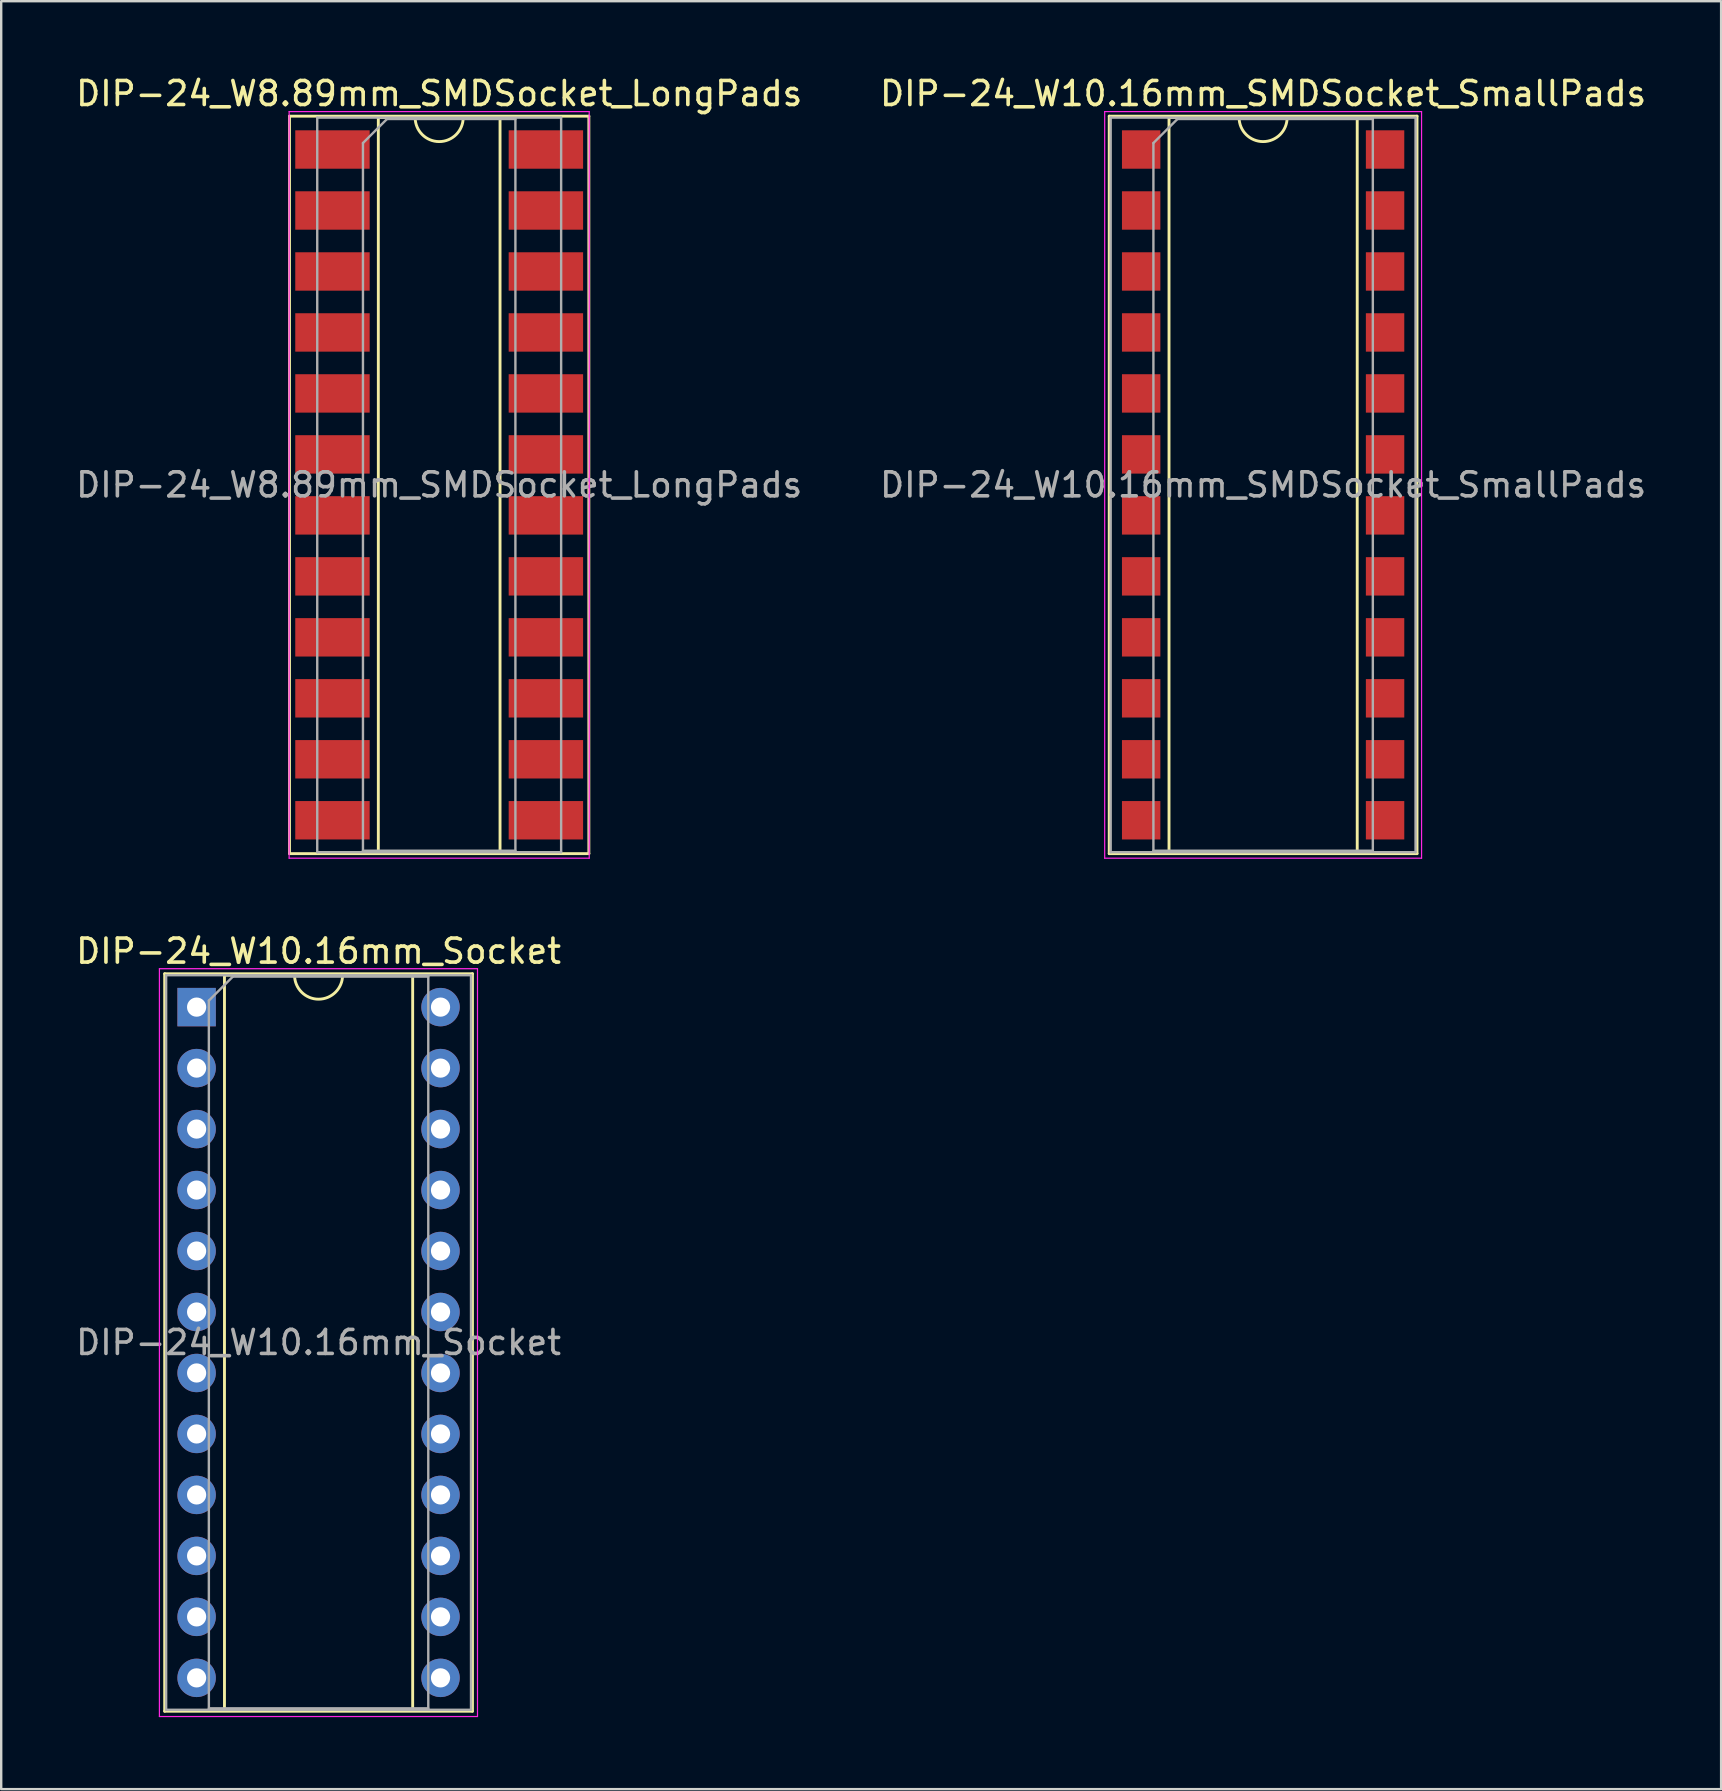
<source format=kicad_pcb>
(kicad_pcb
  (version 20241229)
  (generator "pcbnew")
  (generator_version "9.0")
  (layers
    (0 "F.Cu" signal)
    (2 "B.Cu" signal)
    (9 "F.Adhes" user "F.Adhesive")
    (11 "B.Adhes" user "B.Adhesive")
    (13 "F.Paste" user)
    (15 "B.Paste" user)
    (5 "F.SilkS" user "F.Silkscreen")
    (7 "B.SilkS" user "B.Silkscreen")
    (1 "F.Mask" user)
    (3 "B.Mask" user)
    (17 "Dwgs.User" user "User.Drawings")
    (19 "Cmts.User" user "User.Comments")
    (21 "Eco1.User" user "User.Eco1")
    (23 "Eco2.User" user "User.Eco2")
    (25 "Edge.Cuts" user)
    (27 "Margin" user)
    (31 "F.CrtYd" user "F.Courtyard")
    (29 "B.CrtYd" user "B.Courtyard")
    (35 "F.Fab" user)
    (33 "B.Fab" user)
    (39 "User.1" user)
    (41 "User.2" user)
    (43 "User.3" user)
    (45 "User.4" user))
  (footprint "DIP-24_W10.16mm_SMDSocket_SmallPads"
    (layer "F.Cu")
    (at 49.565 17.148)
    (property "Reference" "DIP-24_W10.16mm_SMDSocket_SmallPads" (at 0 -16.3 0) (layer "F.SilkS") (effects (font (size 1 1) (thickness 0.15))))
    (attr smd)
    (fp_line (start -6.41 -15.36) (end -6.41 15.36) (stroke (width 0.12) (type solid)) (layer "F.SilkS"))
    (fp_line (start -6.41 15.36) (end 6.41 15.36) (stroke (width 0.12) (type solid)) (layer "F.SilkS"))
    (fp_line (start -3.92 -15.3) (end -3.92 15.3) (stroke (width 0.12) (type solid)) (layer "F.SilkS"))
    (fp_line (start -3.92 15.3) (end 3.92 15.3) (stroke (width 0.12) (type solid)) (layer "F.SilkS"))
    (fp_line (start -1 -15.3) (end -3.92 -15.3) (stroke (width 0.12) (type solid)) (layer "F.SilkS"))
    (fp_line (start 3.92 -15.3) (end 1 -15.3) (stroke (width 0.12) (type solid)) (layer "F.SilkS"))
    (fp_line (start 3.92 15.3) (end 3.92 -15.3) (stroke (width 0.12) (type solid)) (layer "F.SilkS"))
    (fp_line (start 6.41 -15.36) (end -6.41 -15.36) (stroke (width 0.12) (type solid)) (layer "F.SilkS"))
    (fp_line (start 6.41 15.36) (end 6.41 -15.36) (stroke (width 0.12) (type solid)) (layer "F.SilkS"))
    (fp_arc (start 1 -15.3) (mid 0 -14.3) (end -1 -15.3) (stroke (width 0.12) (type solid)) (layer "F.SilkS"))
    (fp_line (start -6.6 -15.55) (end -6.6 15.55) (stroke (width 0.05) (type solid)) (layer "F.CrtYd"))
    (fp_line (start -6.6 15.55) (end 6.6 15.55) (stroke (width 0.05) (type solid)) (layer "F.CrtYd"))
    (fp_line (start 6.6 -15.55) (end -6.6 -15.55) (stroke (width 0.05) (type solid)) (layer "F.CrtYd"))
    (fp_line (start 6.6 15.55) (end 6.6 -15.55) (stroke (width 0.05) (type solid)) (layer "F.CrtYd"))
    (fp_line (start -6.35 -15.3) (end -6.35 15.3) (stroke (width 0.1) (type solid)) (layer "F.Fab"))
    (fp_line (start -6.35 15.3) (end 6.35 15.3) (stroke (width 0.1) (type solid)) (layer "F.Fab"))
    (fp_line (start -4.57 -14.24) (end -3.57 -15.24) (stroke (width 0.1) (type solid)) (layer "F.Fab"))
    (fp_line (start -4.57 15.24) (end -4.57 -14.24) (stroke (width 0.1) (type solid)) (layer "F.Fab"))
    (fp_line (start -3.57 -15.24) (end 4.57 -15.24) (stroke (width 0.1) (type solid)) (layer "F.Fab"))
    (fp_line (start 4.57 -15.24) (end 4.57 15.24) (stroke (width 0.1) (type solid)) (layer "F.Fab"))
    (fp_line (start 4.57 15.24) (end -4.57 15.24) (stroke (width 0.1) (type solid)) (layer "F.Fab"))
    (fp_line (start 6.35 -15.3) (end -6.35 -15.3) (stroke (width 0.1) (type solid)) (layer "F.Fab"))
    (fp_line (start 6.35 15.3) (end 6.35 -15.3) (stroke (width 0.1) (type solid)) (layer "F.Fab"))
    (fp_text user "${REFERENCE}" (at 0 0 0) (layer "F.Fab") (effects (font (size 1 1) (thickness 0.15))))
    (pad "1" smd rect (at -5.08 -13.97) (size 1.6 1.6) (layers "F.Cu" "F.Mask" "F.Paste"))
    (pad "2" smd rect (at -5.08 -11.43) (size 1.6 1.6) (layers "F.Cu" "F.Mask" "F.Paste"))
    (pad "3" smd rect (at -5.08 -8.89) (size 1.6 1.6) (layers "F.Cu" "F.Mask" "F.Paste"))
    (pad "4" smd rect (at -5.08 -6.35) (size 1.6 1.6) (layers "F.Cu" "F.Mask" "F.Paste"))
    (pad "5" smd rect (at -5.08 -3.81) (size 1.6 1.6) (layers "F.Cu" "F.Mask" "F.Paste"))
    (pad "6" smd rect (at -5.08 -1.27) (size 1.6 1.6) (layers "F.Cu" "F.Mask" "F.Paste"))
    (pad "7" smd rect (at -5.08 1.27) (size 1.6 1.6) (layers "F.Cu" "F.Mask" "F.Paste"))
    (pad "8" smd rect (at -5.08 3.81) (size 1.6 1.6) (layers "F.Cu" "F.Mask" "F.Paste"))
    (pad "9" smd rect (at -5.08 6.35) (size 1.6 1.6) (layers "F.Cu" "F.Mask" "F.Paste"))
    (pad "10" smd rect (at -5.08 8.89) (size 1.6 1.6) (layers "F.Cu" "F.Mask" "F.Paste"))
    (pad "11" smd rect (at -5.08 11.43) (size 1.6 1.6) (layers "F.Cu" "F.Mask" "F.Paste"))
    (pad "12" smd rect (at -5.08 13.97) (size 1.6 1.6) (layers "F.Cu" "F.Mask" "F.Paste"))
    (pad "13" smd rect (at 5.08 13.97) (size 1.6 1.6) (layers "F.Cu" "F.Mask" "F.Paste"))
    (pad "14" smd rect (at 5.08 11.43) (size 1.6 1.6) (layers "F.Cu" "F.Mask" "F.Paste"))
    (pad "15" smd rect (at 5.08 8.89) (size 1.6 1.6) (layers "F.Cu" "F.Mask" "F.Paste"))
    (pad "16" smd rect (at 5.08 6.35) (size 1.6 1.6) (layers "F.Cu" "F.Mask" "F.Paste"))
    (pad "17" smd rect (at 5.08 3.81) (size 1.6 1.6) (layers "F.Cu" "F.Mask" "F.Paste"))
    (pad "18" smd rect (at 5.08 1.27) (size 1.6 1.6) (layers "F.Cu" "F.Mask" "F.Paste"))
    (pad "19" smd rect (at 5.08 -1.27) (size 1.6 1.6) (layers "F.Cu" "F.Mask" "F.Paste"))
    (pad "20" smd rect (at 5.08 -3.81) (size 1.6 1.6) (layers "F.Cu" "F.Mask" "F.Paste"))
    (pad "21" smd rect (at 5.08 -6.35) (size 1.6 1.6) (layers "F.Cu" "F.Mask" "F.Paste"))
    (pad "22" smd rect (at 5.08 -8.89) (size 1.6 1.6) (layers "F.Cu" "F.Mask" "F.Paste"))
    (pad "23" smd rect (at 5.08 -11.43) (size 1.6 1.6) (layers "F.Cu" "F.Mask" "F.Paste"))
    (pad "24" smd rect (at 5.08 -13.97) (size 1.6 1.6) (layers "F.Cu" "F.Mask" "F.Paste")))
  (footprint "DIP-24_W8.89mm_SMDSocket_LongPads"
    (layer "F.Cu")
    (at 15.244 17.148)
    (property "Reference" "DIP-24_W8.89mm_SMDSocket_LongPads" (at 0 -16.3 0) (layer "F.SilkS") (effects (font (size 1 1) (thickness 0.15))))
    (attr smd)
    (fp_line (start -6.235 -15.36) (end -6.235 15.36) (stroke (width 0.12) (type solid)) (layer "F.SilkS"))
    (fp_line (start -6.235 15.36) (end 6.235 15.36) (stroke (width 0.12) (type solid)) (layer "F.SilkS"))
    (fp_line (start -2.535 -15.3) (end -2.535 15.3) (stroke (width 0.12) (type solid)) (layer "F.SilkS"))
    (fp_line (start -2.535 15.3) (end 2.535 15.3) (stroke (width 0.12) (type solid)) (layer "F.SilkS"))
    (fp_line (start -1 -15.3) (end -2.535 -15.3) (stroke (width 0.12) (type solid)) (layer "F.SilkS"))
    (fp_line (start 2.535 -15.3) (end 1 -15.3) (stroke (width 0.12) (type solid)) (layer "F.SilkS"))
    (fp_line (start 2.535 15.3) (end 2.535 -15.3) (stroke (width 0.12) (type solid)) (layer "F.SilkS"))
    (fp_line (start 6.235 -15.36) (end -6.235 -15.36) (stroke (width 0.12) (type solid)) (layer "F.SilkS"))
    (fp_line (start 6.235 15.36) (end 6.235 -15.36) (stroke (width 0.12) (type solid)) (layer "F.SilkS"))
    (fp_arc (start 1 -15.3) (mid 0 -14.3) (end -1 -15.3) (stroke (width 0.12) (type solid)) (layer "F.SilkS"))
    (fp_line (start -6.25 -15.55) (end -6.25 15.55) (stroke (width 0.05) (type solid)) (layer "F.CrtYd"))
    (fp_line (start -6.25 15.55) (end 6.25 15.55) (stroke (width 0.05) (type solid)) (layer "F.CrtYd"))
    (fp_line (start 6.25 -15.55) (end -6.25 -15.55) (stroke (width 0.05) (type solid)) (layer "F.CrtYd"))
    (fp_line (start 6.25 15.55) (end 6.25 -15.55) (stroke (width 0.05) (type solid)) (layer "F.CrtYd"))
    (fp_line (start -5.08 -15.3) (end -5.08 15.3) (stroke (width 0.1) (type solid)) (layer "F.Fab"))
    (fp_line (start -5.08 15.3) (end 5.08 15.3) (stroke (width 0.1) (type solid)) (layer "F.Fab"))
    (fp_line (start -3.175 -14.24) (end -2.175 -15.24) (stroke (width 0.1) (type solid)) (layer "F.Fab"))
    (fp_line (start -3.175 15.24) (end -3.175 -14.24) (stroke (width 0.1) (type solid)) (layer "F.Fab"))
    (fp_line (start -2.175 -15.24) (end 3.175 -15.24) (stroke (width 0.1) (type solid)) (layer "F.Fab"))
    (fp_line (start 3.175 -15.24) (end 3.175 15.24) (stroke (width 0.1) (type solid)) (layer "F.Fab"))
    (fp_line (start 3.175 15.24) (end -3.175 15.24) (stroke (width 0.1) (type solid)) (layer "F.Fab"))
    (fp_line (start 5.08 -15.3) (end -5.08 -15.3) (stroke (width 0.1) (type solid)) (layer "F.Fab"))
    (fp_line (start 5.08 15.3) (end 5.08 -15.3) (stroke (width 0.1) (type solid)) (layer "F.Fab"))
    (fp_text user "${REFERENCE}" (at 0 0 0) (layer "F.Fab") (effects (font (size 1 1) (thickness 0.15))))
    (pad "1" smd rect (at -4.445 -13.97) (size 3.1 1.6) (layers "F.Cu" "F.Mask" "F.Paste"))
    (pad "2" smd rect (at -4.445 -11.43) (size 3.1 1.6) (layers "F.Cu" "F.Mask" "F.Paste"))
    (pad "3" smd rect (at -4.445 -8.89) (size 3.1 1.6) (layers "F.Cu" "F.Mask" "F.Paste"))
    (pad "4" smd rect (at -4.445 -6.35) (size 3.1 1.6) (layers "F.Cu" "F.Mask" "F.Paste"))
    (pad "5" smd rect (at -4.445 -3.81) (size 3.1 1.6) (layers "F.Cu" "F.Mask" "F.Paste"))
    (pad "6" smd rect (at -4.445 -1.27) (size 3.1 1.6) (layers "F.Cu" "F.Mask" "F.Paste"))
    (pad "7" smd rect (at -4.445 1.27) (size 3.1 1.6) (layers "F.Cu" "F.Mask" "F.Paste"))
    (pad "8" smd rect (at -4.445 3.81) (size 3.1 1.6) (layers "F.Cu" "F.Mask" "F.Paste"))
    (pad "9" smd rect (at -4.445 6.35) (size 3.1 1.6) (layers "F.Cu" "F.Mask" "F.Paste"))
    (pad "10" smd rect (at -4.445 8.89) (size 3.1 1.6) (layers "F.Cu" "F.Mask" "F.Paste"))
    (pad "11" smd rect (at -4.445 11.43) (size 3.1 1.6) (layers "F.Cu" "F.Mask" "F.Paste"))
    (pad "12" smd rect (at -4.445 13.97) (size 3.1 1.6) (layers "F.Cu" "F.Mask" "F.Paste"))
    (pad "13" smd rect (at 4.445 13.97) (size 3.1 1.6) (layers "F.Cu" "F.Mask" "F.Paste"))
    (pad "14" smd rect (at 4.445 11.43) (size 3.1 1.6) (layers "F.Cu" "F.Mask" "F.Paste"))
    (pad "15" smd rect (at 4.445 8.89) (size 3.1 1.6) (layers "F.Cu" "F.Mask" "F.Paste"))
    (pad "16" smd rect (at 4.445 6.35) (size 3.1 1.6) (layers "F.Cu" "F.Mask" "F.Paste"))
    (pad "17" smd rect (at 4.445 3.81) (size 3.1 1.6) (layers "F.Cu" "F.Mask" "F.Paste"))
    (pad "18" smd rect (at 4.445 1.27) (size 3.1 1.6) (layers "F.Cu" "F.Mask" "F.Paste"))
    (pad "19" smd rect (at 4.445 -1.27) (size 3.1 1.6) (layers "F.Cu" "F.Mask" "F.Paste"))
    (pad "20" smd rect (at 4.445 -3.81) (size 3.1 1.6) (layers "F.Cu" "F.Mask" "F.Paste"))
    (pad "21" smd rect (at 4.445 -6.35) (size 3.1 1.6) (layers "F.Cu" "F.Mask" "F.Paste"))
    (pad "22" smd rect (at 4.445 -8.89) (size 3.1 1.6) (layers "F.Cu" "F.Mask" "F.Paste"))
    (pad "23" smd rect (at 4.445 -11.43) (size 3.1 1.6) (layers "F.Cu" "F.Mask" "F.Paste"))
    (pad "24" smd rect (at 4.445 -13.97) (size 3.1 1.6) (layers "F.Cu" "F.Mask" "F.Paste")))
  (footprint "DIP-24_W10.16mm_Socket"
    (layer "F.Cu")
    (at 5.14 38.901)
    (property "Reference" "DIP-24_W10.16mm_Socket" (at 5.08 -2.33 0) (layer "F.SilkS") (effects (font (size 1 1) (thickness 0.15))))
    (attr through_hole)
    (fp_line (start -1.33 -1.39) (end -1.33 29.33) (stroke (width 0.12) (type solid)) (layer "F.SilkS"))
    (fp_line (start -1.33 29.33) (end 11.49 29.33) (stroke (width 0.12) (type solid)) (layer "F.SilkS"))
    (fp_line (start 1.16 -1.33) (end 1.16 29.27) (stroke (width 0.12) (type solid)) (layer "F.SilkS"))
    (fp_line (start 1.16 29.27) (end 9 29.27) (stroke (width 0.12) (type solid)) (layer "F.SilkS"))
    (fp_line (start 4.08 -1.33) (end 1.16 -1.33) (stroke (width 0.12) (type solid)) (layer "F.SilkS"))
    (fp_line (start 9 -1.33) (end 6.08 -1.33) (stroke (width 0.12) (type solid)) (layer "F.SilkS"))
    (fp_line (start 9 29.27) (end 9 -1.33) (stroke (width 0.12) (type solid)) (layer "F.SilkS"))
    (fp_line (start 11.49 -1.39) (end -1.33 -1.39) (stroke (width 0.12) (type solid)) (layer "F.SilkS"))
    (fp_line (start 11.49 29.33) (end 11.49 -1.39) (stroke (width 0.12) (type solid)) (layer "F.SilkS"))
    (fp_arc (start 6.08 -1.33) (mid 5.08 -0.33) (end 4.08 -1.33) (stroke (width 0.12) (type solid)) (layer "F.SilkS"))
    (fp_line (start -1.55 -1.6) (end -1.55 29.55) (stroke (width 0.05) (type solid)) (layer "F.CrtYd"))
    (fp_line (start -1.55 29.55) (end 11.7 29.55) (stroke (width 0.05) (type solid)) (layer "F.CrtYd"))
    (fp_line (start 11.7 -1.6) (end -1.55 -1.6) (stroke (width 0.05) (type solid)) (layer "F.CrtYd"))
    (fp_line (start 11.7 29.55) (end 11.7 -1.6) (stroke (width 0.05) (type solid)) (layer "F.CrtYd"))
    (fp_line (start -1.27 -1.33) (end -1.27 29.27) (stroke (width 0.1) (type solid)) (layer "F.Fab"))
    (fp_line (start -1.27 29.27) (end 11.43 29.27) (stroke (width 0.1) (type solid)) (layer "F.Fab"))
    (fp_line (start 0.51 -0.27) (end 1.51 -1.27) (stroke (width 0.1) (type solid)) (layer "F.Fab"))
    (fp_line (start 0.51 29.21) (end 0.51 -0.27) (stroke (width 0.1) (type solid)) (layer "F.Fab"))
    (fp_line (start 1.51 -1.27) (end 9.65 -1.27) (stroke (width 0.1) (type solid)) (layer "F.Fab"))
    (fp_line (start 9.65 -1.27) (end 9.65 29.21) (stroke (width 0.1) (type solid)) (layer "F.Fab"))
    (fp_line (start 9.65 29.21) (end 0.51 29.21) (stroke (width 0.1) (type solid)) (layer "F.Fab"))
    (fp_line (start 11.43 -1.33) (end -1.27 -1.33) (stroke (width 0.1) (type solid)) (layer "F.Fab"))
    (fp_line (start 11.43 29.27) (end 11.43 -1.33) (stroke (width 0.1) (type solid)) (layer "F.Fab"))
    (fp_text user "${REFERENCE}" (at 5.08 13.97 0) (layer "F.Fab") (effects (font (size 1 1) (thickness 0.15))))
    (pad "1" thru_hole rect (at 0 0) (size 1.6 1.6) (drill 0.8) (layers "*.Cu" "*.Mask"))
    (pad "2" thru_hole oval (at 0 2.54) (size 1.6 1.6) (drill 0.8) (layers "*.Cu" "*.Mask"))
    (pad "3" thru_hole oval (at 0 5.08) (size 1.6 1.6) (drill 0.8) (layers "*.Cu" "*.Mask"))
    (pad "4" thru_hole oval (at 0 7.62) (size 1.6 1.6) (drill 0.8) (layers "*.Cu" "*.Mask"))
    (pad "5" thru_hole oval (at 0 10.16) (size 1.6 1.6) (drill 0.8) (layers "*.Cu" "*.Mask"))
    (pad "6" thru_hole oval (at 0 12.7) (size 1.6 1.6) (drill 0.8) (layers "*.Cu" "*.Mask"))
    (pad "7" thru_hole oval (at 0 15.24) (size 1.6 1.6) (drill 0.8) (layers "*.Cu" "*.Mask"))
    (pad "8" thru_hole oval (at 0 17.78) (size 1.6 1.6) (drill 0.8) (layers "*.Cu" "*.Mask"))
    (pad "9" thru_hole oval (at 0 20.32) (size 1.6 1.6) (drill 0.8) (layers "*.Cu" "*.Mask"))
    (pad "10" thru_hole oval (at 0 22.86) (size 1.6 1.6) (drill 0.8) (layers "*.Cu" "*.Mask"))
    (pad "11" thru_hole oval (at 0 25.4) (size 1.6 1.6) (drill 0.8) (layers "*.Cu" "*.Mask"))
    (pad "12" thru_hole oval (at 0 27.94) (size 1.6 1.6) (drill 0.8) (layers "*.Cu" "*.Mask"))
    (pad "13" thru_hole oval (at 10.16 27.94) (size 1.6 1.6) (drill 0.8) (layers "*.Cu" "*.Mask"))
    (pad "14" thru_hole oval (at 10.16 25.4) (size 1.6 1.6) (drill 0.8) (layers "*.Cu" "*.Mask"))
    (pad "15" thru_hole oval (at 10.16 22.86) (size 1.6 1.6) (drill 0.8) (layers "*.Cu" "*.Mask"))
    (pad "16" thru_hole oval (at 10.16 20.32) (size 1.6 1.6) (drill 0.8) (layers "*.Cu" "*.Mask"))
    (pad "17" thru_hole oval (at 10.16 17.78) (size 1.6 1.6) (drill 0.8) (layers "*.Cu" "*.Mask"))
    (pad "18" thru_hole oval (at 10.16 15.24) (size 1.6 1.6) (drill 0.8) (layers "*.Cu" "*.Mask"))
    (pad "19" thru_hole oval (at 10.16 12.7) (size 1.6 1.6) (drill 0.8) (layers "*.Cu" "*.Mask"))
    (pad "20" thru_hole oval (at 10.16 10.16) (size 1.6 1.6) (drill 0.8) (layers "*.Cu" "*.Mask"))
    (pad "21" thru_hole oval (at 10.16 7.62) (size 1.6 1.6) (drill 0.8) (layers "*.Cu" "*.Mask"))
    (pad "22" thru_hole oval (at 10.16 5.08) (size 1.6 1.6) (drill 0.8) (layers "*.Cu" "*.Mask"))
    (pad "23" thru_hole oval (at 10.16 2.54) (size 1.6 1.6) (drill 0.8) (layers "*.Cu" "*.Mask"))
    (pad "24" thru_hole oval (at 10.16 0) (size 1.6 1.6) (drill 0.8) (layers "*.Cu" "*.Mask")))
  (gr_rect
    (start -3 -3)
    (end 68.643 71.477)
    (stroke (width 0.1) (type default))
    (fill no)
    (layer "Edge.Cuts")))
</source>
